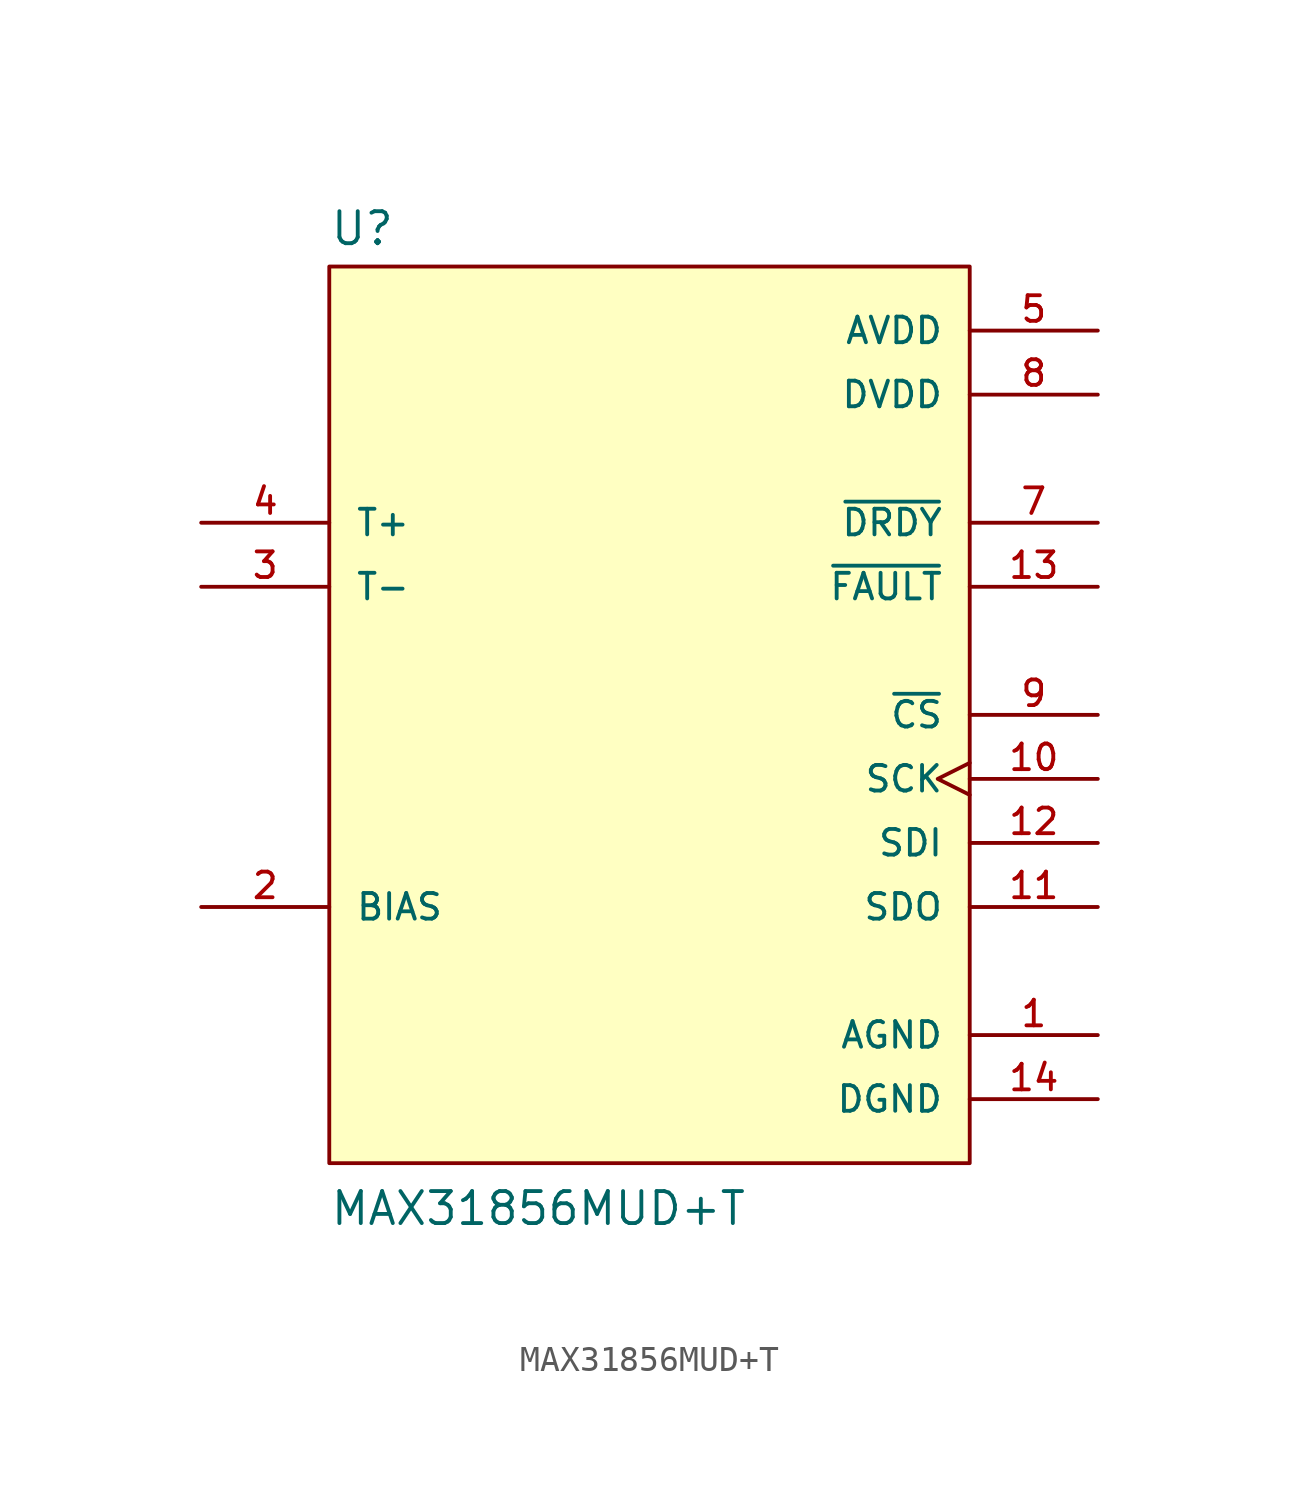
<source format=kicad_sym>
(kicad_symbol_lib
  (version 20211014)
  (generator kicad_symbol_editor)
  (symbol "MAX31856MUD+T"
    (pin_names
      (offset 1.016))
    (property "Reference" "U"
      (at -12.7 18.542 0)
      (effects (font (size 1.27 1.27)) (justify bottom left)))
    (property "Value" "MAX31856MUD+T"
      (at -12.7 -20.32 0)
      (effects (font (size 1.27 1.27)) (justify bottom left)))
    (symbol "MAX31856MUD+T_0_0"
      (rectangle (start -12.7 -17.78) (end 12.7 17.78) (stroke (width 0.152)) (fill (type background)))
      (pin power_in line (at 17.78 -12.7 180.0) (length 5.08) (name "AGND" (effects (font (size 1.016 1.016)))) (number "1" (effects (font (size 1.016 1.016)))))
      (pin passive line (at -17.78 -7.62 0) (length 5.08) (name "BIAS" (effects (font (size 1.016 1.016)))) (number "2" (effects (font (size 1.016 1.016)))))
      (pin input line (at -17.78 5.08 0) (length 5.08) (name "T-" (effects (font (size 1.016 1.016)))) (number "3" (effects (font (size 1.016 1.016)))))
      (pin input line (at -17.78 7.62 0) (length 5.08) (name "T+" (effects (font (size 1.016 1.016)))) (number "4" (effects (font (size 1.016 1.016)))))
      (pin power_in line (at 17.78 15.24 180.0) (length 5.08) (name "AVDD" (effects (font (size 1.016 1.016)))) (number "5" (effects (font (size 1.016 1.016)))))
      (pin output line (at 17.78 7.62 180.0) (length 5.08) (name "~{DRDY}" (effects (font (size 1.016 1.016)))) (number "7" (effects (font (size 1.016 1.016)))))
      (pin power_in line (at 17.78 12.7 180.0) (length 5.08) (name "DVDD" (effects (font (size 1.016 1.016)))) (number "8" (effects (font (size 1.016 1.016)))))
      (pin input line (at 17.78 0.0 180.0) (length 5.08) (name "~{CS}" (effects (font (size 1.016 1.016)))) (number "9" (effects (font (size 1.016 1.016)))))
      (pin input clock (at 17.78 -2.54 180.0) (length 5.08) (name "SCK" (effects (font (size 1.016 1.016)))) (number "10" (effects (font (size 1.016 1.016)))))
      (pin output line (at 17.78 -7.62 180.0) (length 5.08) (name "SDO" (effects (font (size 1.016 1.016)))) (number "11" (effects (font (size 1.016 1.016)))))
      (pin input line (at 17.78 -5.08 180.0) (length 5.08) (name "SDI" (effects (font (size 1.016 1.016)))) (number "12" (effects (font (size 1.016 1.016)))))
      (pin output line (at 17.78 5.08 180.0) (length 5.08) (name "~{FAULT}" (effects (font (size 1.016 1.016)))) (number "13" (effects (font (size 1.016 1.016)))))
      (pin power_in line (at 17.78 -15.24 180.0) (length 5.08) (name "DGND" (effects (font (size 1.016 1.016)))) (number "14" (effects (font (size 1.016 1.016))))))))
</source>
